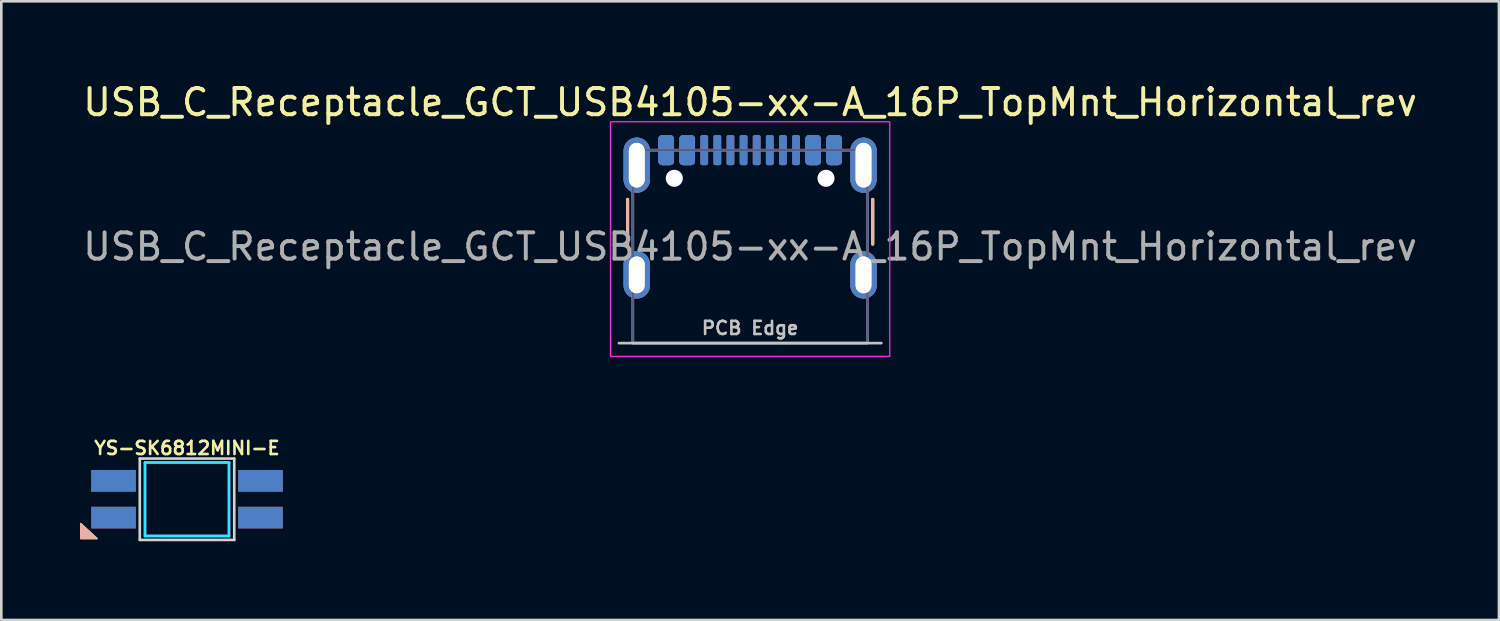
<source format=kicad_pcb>
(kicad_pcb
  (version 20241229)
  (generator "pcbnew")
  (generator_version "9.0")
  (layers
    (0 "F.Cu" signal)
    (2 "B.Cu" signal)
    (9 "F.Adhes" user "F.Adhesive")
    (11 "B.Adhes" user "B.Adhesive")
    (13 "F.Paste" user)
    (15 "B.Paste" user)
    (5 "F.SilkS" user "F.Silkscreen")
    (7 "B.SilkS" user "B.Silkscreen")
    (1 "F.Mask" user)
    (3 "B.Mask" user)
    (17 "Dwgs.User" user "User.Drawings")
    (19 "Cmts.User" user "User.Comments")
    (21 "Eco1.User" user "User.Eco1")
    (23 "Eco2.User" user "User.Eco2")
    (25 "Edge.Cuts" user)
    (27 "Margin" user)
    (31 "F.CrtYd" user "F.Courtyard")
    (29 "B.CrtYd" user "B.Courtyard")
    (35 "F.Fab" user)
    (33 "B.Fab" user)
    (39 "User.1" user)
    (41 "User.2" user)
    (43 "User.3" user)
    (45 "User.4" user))
  (footprint "YS-SK6812MINI-E"
    (layer "F.Cu")
    (at 4.075 15.971)
    (property "Reference" "YS-SK6812MINI-E" (at 0 -1.95 0) (layer "F.SilkS") (effects (font (size 0.5 0.5) (thickness 0.1))))
    (attr smd)
    (fp_poly (pts (xy -4.05 0.925) (xy -4.05 1.5) (xy -3.425 1.5)) (stroke (width 0.05) (type solid)) (fill yes) (layer "F.SilkS"))
    (fp_poly (pts (xy -4.05 0.925) (xy -4.05 1.5) (xy -3.425 1.5)) (stroke (width 0.05) (type solid)) (fill yes) (layer "B.SilkS"))
    (fp_line (start -1.8 -1.55) (end -1.8 1.55) (stroke (width 0.1) (type solid)) (layer "Edge.Cuts"))
    (fp_line (start -1.8 1.55) (end 1.8 1.55) (stroke (width 0.1) (type solid)) (layer "Edge.Cuts"))
    (fp_line (start 1.8 -1.55) (end -1.8 -1.55) (stroke (width 0.1) (type solid)) (layer "Edge.Cuts"))
    (fp_line (start 1.8 1.55) (end 1.8 -1.55) (stroke (width 0.1) (type solid)) (layer "Edge.Cuts"))
    (fp_line (start -1.6 -1.4) (end -1.6 1.4) (stroke (width 0.1) (type solid)) (layer "B.CrtYd"))
    (fp_line (start -1.6 -1.4) (end 1.6 -1.4) (stroke (width 0.1) (type solid)) (layer "B.CrtYd"))
    (fp_line (start -1.6 1.4) (end 1.6 1.4) (stroke (width 0.1) (type solid)) (layer "B.CrtYd"))
    (fp_line (start 1.6 -1.4) (end 1.6 1.4) (stroke (width 0.1) (type solid)) (layer "B.CrtYd"))
    (fp_line (start -1.6 -1.4) (end -1.6 1.4) (stroke (width 0.1) (type solid)) (layer "F.CrtYd"))
    (fp_line (start -1.6 -1.4) (end 1.6 -1.4) (stroke (width 0.1) (type solid)) (layer "F.CrtYd"))
    (fp_line (start -1.6 1.4) (end 1.6 1.4) (stroke (width 0.1) (type solid)) (layer "F.CrtYd"))
    (fp_line (start 1.6 -1.4) (end 1.6 1.4) (stroke (width 0.1) (type solid)) (layer "F.CrtYd"))
    (pad "1" smd rect (at 2.8 -0.7) (size 1.7 0.825) (layers "F.Cu" "F.Mask" "F.Paste"))
    (pad "1" smd rect (at 2.8 -0.7) (size 1.7 0.825) (layers "B.Cu" "B.Mask" "B.Paste"))
    (pad "2" smd rect (at 2.8 0.7) (size 1.7 0.825) (layers "F.Cu" "F.Mask" "F.Paste"))
    (pad "2" smd rect (at 2.8 0.7) (size 1.7 0.825) (layers "B.Cu" "B.Mask" "B.Paste"))
    (pad "3" smd rect (at -2.8 0.7) (size 1.7 0.825) (layers "F.Cu" "F.Mask" "F.Paste"))
    (pad "3" smd rect (at -2.8 0.7) (size 1.7 0.825) (layers "B.Cu" "B.Mask" "B.Paste"))
    (pad "4" smd rect (at -2.8 -0.7) (size 1.7 0.825) (layers "F.Cu" "F.Mask" "F.Paste"))
    (pad "4" smd rect (at -2.8 -0.7) (size 1.7 0.825) (layers "B.Cu" "B.Mask" "B.Paste")))
  (footprint "USB_C_Receptacle_GCT_USB4105-xx-A_16P_TopMnt_Horizontal_rev"
    (layer "F.Cu")
    (at 25.53 6.348)
    (property "Reference" "USB_C_Receptacle_GCT_USB4105-xx-A_16P_TopMnt_Horizontal_rev" (at 0 -5.5 0) (unlocked yes) (layer "F.SilkS") (effects (font (size 1 1) (thickness 0.15))))
    (attr smd)
    (fp_line (start -4.67 -0.1) (end -4.67 -1.8) (stroke (width 0.12) (type solid)) (layer "F.SilkS"))
    (fp_line (start 4.67 -0.1) (end 4.67 -1.8) (stroke (width 0.12) (type solid)) (layer "F.SilkS"))
    (fp_line (start -4.67 -0.1) (end -4.67 -1.8) (stroke (width 0.12) (type solid)) (layer "B.SilkS"))
    (fp_line (start 4.67 -0.1) (end 4.67 -1.8) (stroke (width 0.12) (type solid)) (layer "B.SilkS"))
    (fp_line (start 5 3.675) (end -5 3.675) (stroke (width 0.1) (type solid)) (layer "Dwgs.User"))
    (fp_rect (start -5.32 -4.76) (end 5.32 4.18) (stroke (width 0.05) (type solid)) (fill no) (layer "F.CrtYd"))
    (fp_rect (start -4.47 -3.675) (end 4.47 3.675) (stroke (width 0.1) (type solid)) (fill no) (layer "B.Fab"))
    (fp_rect (start -4.47 -3.675) (end 4.47 3.675) (stroke (width 0.1) (type solid)) (fill no) (layer "F.Fab"))
    (fp_text user "PCB Edge" (at 0 3.1 0) (unlocked yes) (layer "Dwgs.User") (effects (font (size 0.5 0.5) (thickness 0.1))))
    (fp_text user "${REFERENCE}" (at 0 0 0) (unlocked yes) (layer "F.Fab") (effects (font (size 1 1) (thickness 0.15))))
    (pad "" np_thru_hole circle (at -2.89 -2.605) (size 0.65 0.65) (drill 0.65) (layers "*.Cu" "*.Mask"))
    (pad "" np_thru_hole circle (at 2.89 -2.605) (size 0.65 0.65) (drill 0.65) (layers "*.Cu" "*.Mask"))
    (pad "A1" smd roundrect (at -3.2 -3.68) (size 0.6 1.15) (layers "F.Cu" "F.Mask" "F.Paste") (roundrect_rratio 0.25))
    (pad "A1" smd roundrect (at 3.2 -3.68) (size 0.6 1.15) (layers "B.Cu" "B.Mask" "B.Paste") (roundrect_rratio 0.25))
    (pad "A4" smd roundrect (at -2.4 -3.68) (size 0.6 1.15) (layers "F.Cu" "F.Mask" "F.Paste") (roundrect_rratio 0.25))
    (pad "A4" smd roundrect (at 2.4 -3.68) (size 0.6 1.15) (layers "B.Cu" "B.Mask" "B.Paste") (roundrect_rratio 0.25))
    (pad "A5" smd roundrect (at -1.25 -3.68) (size 0.3 1.15) (layers "F.Cu" "F.Mask" "F.Paste") (roundrect_rratio 0.25))
    (pad "A5" smd roundrect (at 1.25 -3.68) (size 0.3 1.15) (layers "B.Cu" "B.Mask" "B.Paste") (roundrect_rratio 0.25))
    (pad "A6" smd roundrect (at -0.25 -3.68) (size 0.3 1.15) (layers "F.Cu" "F.Mask" "F.Paste") (roundrect_rratio 0.25))
    (pad "A6" smd roundrect (at 0.25 -3.68) (size 0.3 1.15) (layers "B.Cu" "B.Mask" "B.Paste") (roundrect_rratio 0.25))
    (pad "A7" smd roundrect (at -0.25 -3.68) (size 0.3 1.15) (layers "B.Cu" "B.Mask" "B.Paste") (roundrect_rratio 0.25))
    (pad "A7" smd roundrect (at 0.25 -3.68) (size 0.3 1.15) (layers "F.Cu" "F.Mask" "F.Paste") (roundrect_rratio 0.25))
    (pad "A8" smd roundrect (at -1.25 -3.68) (size 0.3 1.15) (layers "B.Cu" "B.Mask" "B.Paste") (roundrect_rratio 0.25))
    (pad "A8" smd roundrect (at 1.25 -3.68) (size 0.3 1.15) (layers "F.Cu" "F.Mask" "F.Paste") (roundrect_rratio 0.25))
    (pad "A9" smd roundrect (at -2.4 -3.68) (size 0.6 1.15) (layers "B.Cu" "B.Mask" "B.Paste") (roundrect_rratio 0.25))
    (pad "A9" smd roundrect (at 2.4 -3.68) (size 0.6 1.15) (layers "F.Cu" "F.Mask" "F.Paste") (roundrect_rratio 0.25))
    (pad "A12" smd roundrect (at -3.2 -3.68) (size 0.6 1.15) (layers "B.Cu" "B.Mask" "B.Paste") (roundrect_rratio 0.25))
    (pad "A12" smd roundrect (at 3.2 -3.68) (size 0.6 1.15) (layers "F.Cu" "F.Mask" "F.Paste") (roundrect_rratio 0.25))
    (pad "B1" smd roundrect (at -3.2 -3.68) (size 0.6 1.15) (layers "B.Cu" "B.Mask" "B.Paste") (roundrect_rratio 0.25))
    (pad "B1" smd roundrect (at 3.2 -3.68) (size 0.6 1.15) (layers "F.Cu" "F.Mask" "F.Paste") (roundrect_rratio 0.25))
    (pad "B4" smd roundrect (at -2.4 -3.68) (size 0.6 1.15) (layers "B.Cu" "B.Mask" "B.Paste") (roundrect_rratio 0.25))
    (pad "B4" smd roundrect (at 2.4 -3.68) (size 0.6 1.15) (layers "F.Cu" "F.Mask" "F.Paste") (roundrect_rratio 0.25))
    (pad "B5" smd roundrect (at -1.75 -3.68) (size 0.3 1.15) (layers "B.Cu" "B.Mask" "B.Paste") (roundrect_rratio 0.25))
    (pad "B5" smd roundrect (at 1.75 -3.68) (size 0.3 1.15) (layers "F.Cu" "F.Mask" "F.Paste") (roundrect_rratio 0.25))
    (pad "B6" smd roundrect (at -0.75 -3.68) (size 0.3 1.15) (layers "B.Cu" "B.Mask" "B.Paste") (roundrect_rratio 0.25))
    (pad "B6" smd roundrect (at 0.75 -3.68) (size 0.3 1.15) (layers "F.Cu" "F.Mask" "F.Paste") (roundrect_rratio 0.25))
    (pad "B7" smd roundrect (at -0.75 -3.68) (size 0.3 1.15) (layers "F.Cu" "F.Mask" "F.Paste") (roundrect_rratio 0.25))
    (pad "B7" smd roundrect (at 0.75 -3.68) (size 0.3 1.15) (layers "B.Cu" "B.Mask" "B.Paste") (roundrect_rratio 0.25))
    (pad "B8" smd roundrect (at -1.75 -3.68) (size 0.3 1.15) (layers "F.Cu" "F.Mask" "F.Paste") (roundrect_rratio 0.25))
    (pad "B8" smd roundrect (at 1.75 -3.68) (size 0.3 1.15) (layers "B.Cu" "B.Mask" "B.Paste") (roundrect_rratio 0.25))
    (pad "B9" smd roundrect (at -2.4 -3.68) (size 0.6 1.15) (layers "F.Cu" "F.Mask" "F.Paste") (roundrect_rratio 0.25))
    (pad "B9" smd roundrect (at 2.4 -3.68) (size 0.6 1.15) (layers "B.Cu" "B.Mask" "B.Paste") (roundrect_rratio 0.25))
    (pad "B12" smd roundrect (at -3.2 -3.68) (size 0.6 1.15) (layers "F.Cu" "F.Mask" "F.Paste") (roundrect_rratio 0.25))
    (pad "B12" smd roundrect (at 3.2 -3.68) (size 0.6 1.15) (layers "B.Cu" "B.Mask" "B.Paste") (roundrect_rratio 0.25))
    (pad "S1" thru_hole oval (at -4.32 -3.105) (size 1 2.1) (drill oval 0.6 1.7) (layers "*.Cu" "*.Mask" "F.Paste"))
    (pad "S1" thru_hole oval (at -4.32 -3.105) (size 1 2.1) (drill oval 0.6 1.7) (layers "*.Cu" "*.Mask" "B.Paste"))
    (pad "S1" thru_hole oval (at -4.32 1.075) (size 1 1.8) (drill oval 0.6 1.4) (layers "*.Cu" "*.Mask" "F.Paste"))
    (pad "S1" thru_hole oval (at -4.32 1.075) (size 1 1.8) (drill oval 0.6 1.4) (layers "*.Cu" "*.Mask" "B.Paste"))
    (pad "S1" thru_hole oval (at 4.32 -3.105) (size 1 2.1) (drill oval 0.6 1.7) (layers "*.Cu" "*.Mask" "F.Paste"))
    (pad "S1" thru_hole oval (at 4.32 -3.105) (size 1 2.1) (drill oval 0.6 1.7) (layers "*.Cu" "*.Mask" "B.Paste"))
    (pad "S1" thru_hole oval (at 4.32 1.075) (size 1 1.8) (drill oval 0.6 1.4) (layers "*.Cu" "*.Mask" "F.Paste"))
    (pad "S1" thru_hole oval (at 4.32 1.075) (size 1 1.8) (drill oval 0.6 1.4) (layers "*.Cu" "*.Mask" "B.Paste")))
  (gr_rect
    (start -3 -3)
    (end 54.06 20.571)
    (stroke (width 0.1) (type default))
    (fill no)
    (layer "Edge.Cuts")))
</source>
